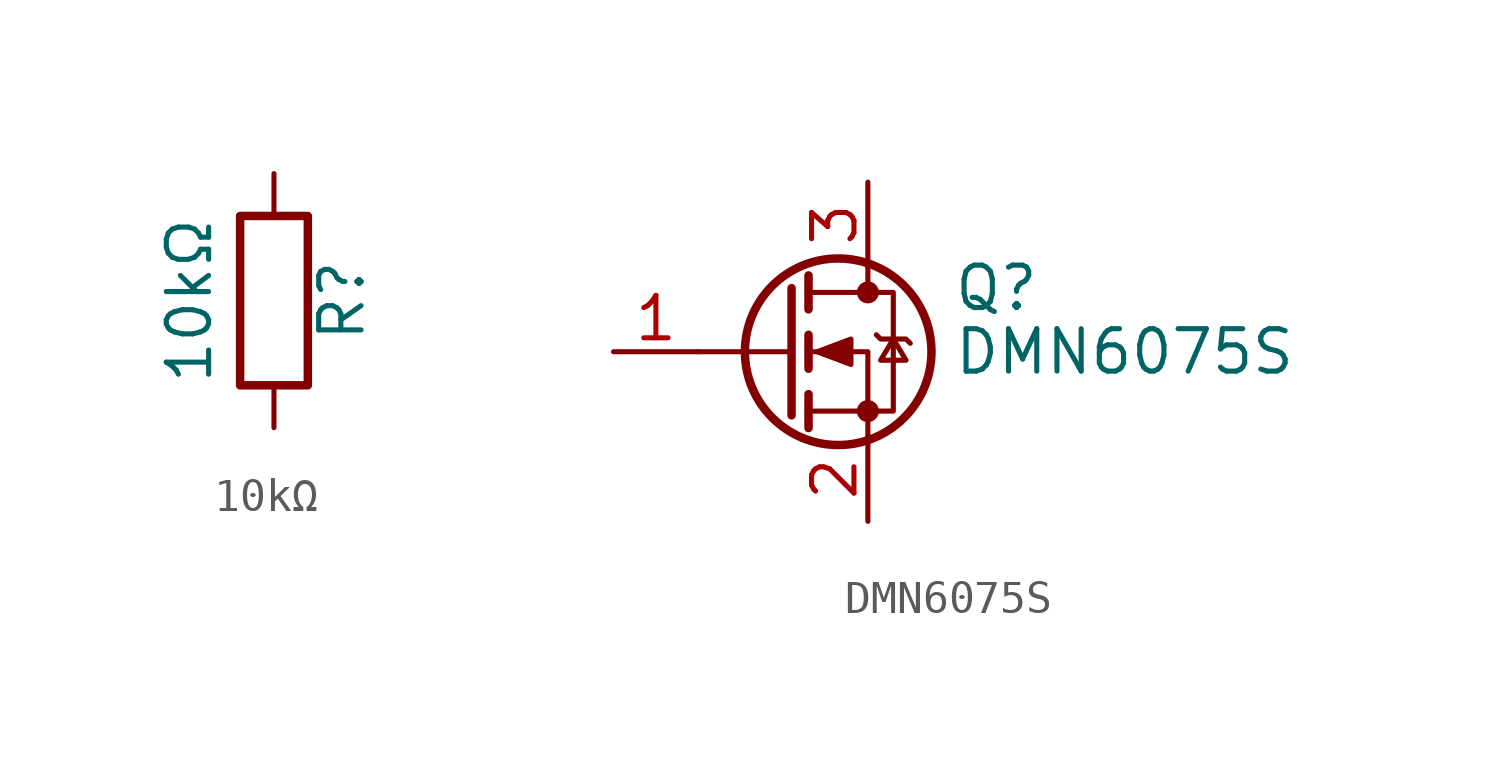
<source format=kicad_sym>
(kicad_symbol_lib
  (version 20211014)
  (generator kicad_symbol_editor)
  (symbol "10kΩ"
    (pin_numbers hide)
    (pin_names
      (offset 0))
    (property "Reference" "R"
      (at 2.032 0 90)
      (effects (font (size 1.27 1.27))))
    (property "Value" "10kΩ"
      (at -2.54 0 90)
      (effects (font (size 1.27 1.27))))
    (symbol "10kΩ_0_1"
      (rectangle (start -1.016 -2.54) (end 1.016 2.54) (stroke (width 0.254) (type default) (color 0 0 0 0)) (fill (type none))))
    (symbol "10kΩ_1_1"
      (pin passive line (at 0 3.81 270) (length 1.27) (name "~" (effects (font (size 1.27 1.27)))) (number "1" (effects (font (size 1.27 1.27)))))
      (pin passive line (at 0 -3.81 90) (length 1.27) (name "~" (effects (font (size 1.27 1.27)))) (number "2" (effects (font (size 1.27 1.27)))))))
  (symbol "DMN6075S"
    (pin_names hide)
    (property "Reference" "Q"
      (at 5.08 1.905 0)
      (effects (font (size 1.27 1.27)) (justify left)))
    (property "Value" "DMN6075S"
      (at 5.08 0 0)
      (effects (font (size 1.27 1.27)) (justify left)))
    (symbol "DMN6075S_0_1"
      (polyline (pts (xy 0.254 0) (xy -2.54 0)) (stroke (width 0) (type default) (color 0 0 0 0)) (fill (type none)))
      (polyline (pts (xy 0.254 1.905) (xy 0.254 -1.905)) (stroke (width 0.254) (type default) (color 0 0 0 0)) (fill (type none)))
      (polyline (pts (xy 0.762 -1.27) (xy 0.762 -2.286)) (stroke (width 0.254) (type default) (color 0 0 0 0)) (fill (type none)))
      (polyline (pts (xy 0.762 0.508) (xy 0.762 -0.508)) (stroke (width 0.254) (type default) (color 0 0 0 0)) (fill (type none)))
      (polyline (pts (xy 0.762 2.286) (xy 0.762 1.27)) (stroke (width 0.254) (type default) (color 0 0 0 0)) (fill (type none)))
      (polyline (pts (xy 2.54 2.54) (xy 2.54 1.778)) (stroke (width 0) (type default) (color 0 0 0 0)) (fill (type none)))
      (polyline (pts (xy 2.54 -2.54) (xy 2.54 0) (xy 0.762 0)) (stroke (width 0) (type default) (color 0 0 0 0)) (fill (type none)))
      (polyline (pts (xy 0.762 -1.778) (xy 3.302 -1.778) (xy 3.302 1.778) (xy 0.762 1.778)) (stroke (width 0) (type default) (color 0 0 0 0)) (fill (type none)))
      (polyline (pts (xy 1.016 0) (xy 2.032 0.381) (xy 2.032 -0.381) (xy 1.016 0)) (stroke (width 0) (type default) (color 0 0 0 0)) (fill (type outline)))
      (polyline (pts (xy 2.794 0.508) (xy 2.921 0.381) (xy 3.683 0.381) (xy 3.81 0.254)) (stroke (width 0) (type default) (color 0 0 0 0)) (fill (type none)))
      (polyline (pts (xy 3.302 0.381) (xy 2.921 -0.254) (xy 3.683 -0.254) (xy 3.302 0.381)) (stroke (width 0) (type default) (color 0 0 0 0)) (fill (type none)))
      (circle (center 1.651 0) (radius 2.794) (stroke (width 0.254) (type default) (color 0 0 0 0)) (fill (type none)))
      (circle (center 2.54 -1.778) (radius 0.254) (stroke (width 0) (type default) (color 0 0 0 0)) (fill (type outline)))
      (circle (center 2.54 1.778) (radius 0.254) (stroke (width 0) (type default) (color 0 0 0 0)) (fill (type outline))))
    (symbol "DMN6075S_1_1"
      (pin input line (at -5.08 0 0) (length 2.54) (name "G" (effects (font (size 1.27 1.27)))) (number "1" (effects (font (size 1.27 1.27)))))
      (pin passive line (at 2.54 -5.08 90) (length 2.54) (name "S" (effects (font (size 1.27 1.27)))) (number "2" (effects (font (size 1.27 1.27)))))
      (pin passive line (at 2.54 5.08 270) (length 2.54) (name "D" (effects (font (size 1.27 1.27)))) (number "3" (effects (font (size 1.27 1.27))))))))
</source>
